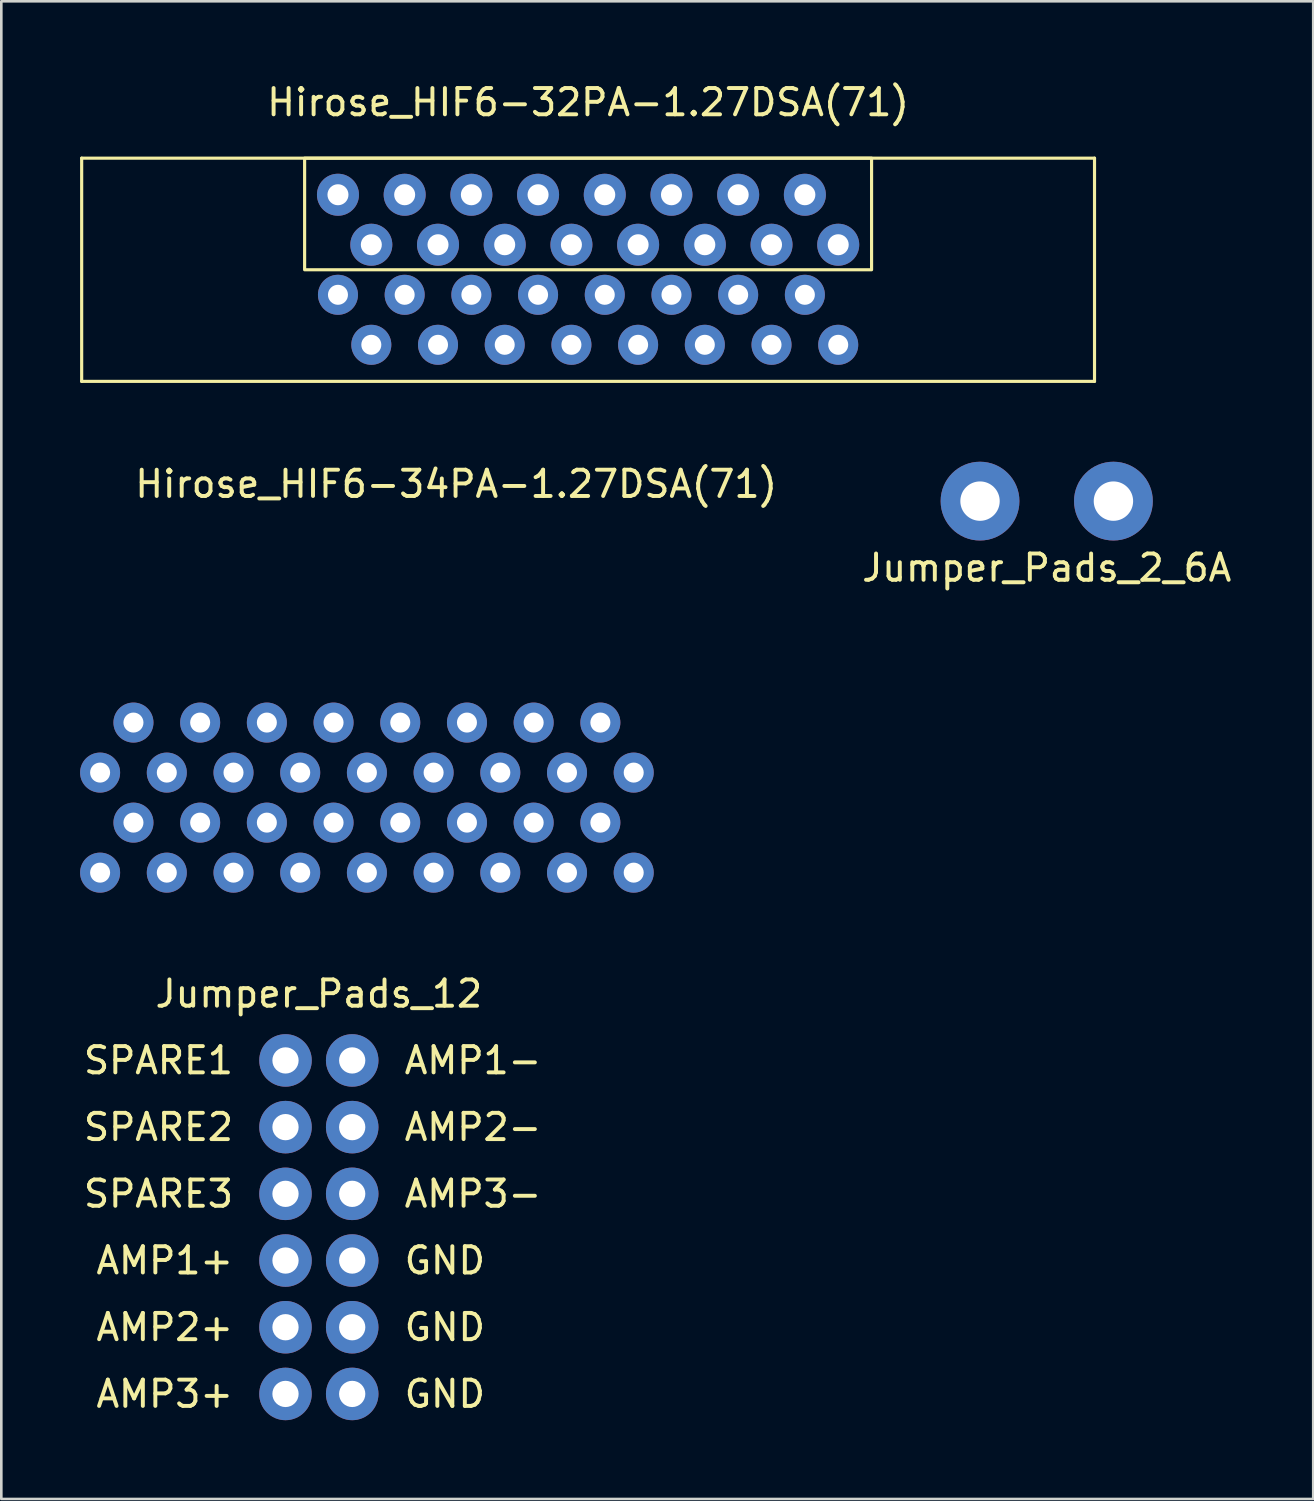
<source format=kicad_pcb>
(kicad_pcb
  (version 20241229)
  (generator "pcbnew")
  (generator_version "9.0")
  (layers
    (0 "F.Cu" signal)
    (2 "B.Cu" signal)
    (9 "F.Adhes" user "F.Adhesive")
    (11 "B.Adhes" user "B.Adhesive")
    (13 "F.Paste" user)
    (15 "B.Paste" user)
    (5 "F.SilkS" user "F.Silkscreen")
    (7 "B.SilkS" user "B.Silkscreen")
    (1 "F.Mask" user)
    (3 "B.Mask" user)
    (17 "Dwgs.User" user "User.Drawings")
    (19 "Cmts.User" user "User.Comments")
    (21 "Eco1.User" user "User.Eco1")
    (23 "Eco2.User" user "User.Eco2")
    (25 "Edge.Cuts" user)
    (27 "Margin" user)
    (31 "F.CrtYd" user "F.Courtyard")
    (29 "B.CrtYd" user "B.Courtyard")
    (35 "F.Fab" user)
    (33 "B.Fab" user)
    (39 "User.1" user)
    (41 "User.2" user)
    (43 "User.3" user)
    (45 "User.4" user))
  (footprint "Jumper_Pads_2_6A"
    (layer "F.Cu")
    (at 34.27 16.033)
    (property "Reference" "Jumper_Pads_2_6A" (at 2.54 2.54 0) (layer "F.SilkS") (effects (font (size 1 1) (thickness 0.15))))
    (attr through_hole)
    (pad "1" thru_hole circle (at 0 0) (size 3 3) (drill 1.5) (layers "*.Cu" "*.Mask"))
    (pad "2" thru_hole circle (at 5.08 0) (size 3 3) (drill 1.5) (layers "*.Cu" "*.Mask")))
  (footprint "Hirose_HIF6-32PA-1.27DSA(71)"
    (layer "F.Cu")
    (at 19.345 7.223)
    (property "Reference" "Hirose_HIF6-32PA-1.27DSA(71)" (at 0 -6.375 0) (unlocked yes) (layer "F.SilkS") (effects (font (size 1 1) (thickness 0.15))))
    (attr through_hole)
    (fp_line (start -19.285 -4.25) (end 19.285 -4.25) (stroke (width 0.12) (type solid)) (layer "F.SilkS"))
    (fp_line (start -19.285 4.25) (end -19.285 -4.25) (stroke (width 0.12) (type solid)) (layer "F.SilkS"))
    (fp_line (start 19.285 -4.25) (end 19.285 4.25) (stroke (width 0.12) (type solid)) (layer "F.SilkS"))
    (fp_line (start 19.285 4.25) (end -19.285 4.25) (stroke (width 0.12) (type solid)) (layer "F.SilkS"))
    (fp_rect (start -10.795 0) (end 10.795 -4.25) (stroke (width 0.12) (type solid)) (fill no) (layer "F.SilkS"))
    (pad "1" thru_hole circle (at 9.525 -0.953) (size 1.6 1.6) (drill 0.8) (layers "*.Cu" "*.Mask"))
    (pad "2" thru_hole circle (at 8.255 -2.857) (size 1.6 1.6) (drill 0.8) (layers "*.Cu" "*.Mask"))
    (pad "3" thru_hole circle (at 6.985 -0.953) (size 1.6 1.6) (drill 0.8) (layers "*.Cu" "*.Mask"))
    (pad "4" thru_hole circle (at 5.715 -2.857) (size 1.6 1.6) (drill 0.8) (layers "*.Cu" "*.Mask"))
    (pad "5" thru_hole circle (at 4.445 -0.953) (size 1.6 1.6) (drill 0.8) (layers "*.Cu" "*.Mask"))
    (pad "6" thru_hole circle (at 3.175 -2.857) (size 1.6 1.6) (drill 0.8) (layers "*.Cu" "*.Mask"))
    (pad "7" thru_hole circle (at 1.905 -0.953) (size 1.6 1.6) (drill 0.8) (layers "*.Cu" "*.Mask"))
    (pad "8" thru_hole circle (at 0.635 -2.857) (size 1.6 1.6) (drill 0.8) (layers "*.Cu" "*.Mask"))
    (pad "9" thru_hole circle (at -0.635 -0.953) (size 1.6 1.6) (drill 0.8) (layers "*.Cu" "*.Mask"))
    (pad "10" thru_hole circle (at -1.905 -2.857) (size 1.6 1.6) (drill 0.8) (layers "*.Cu" "*.Mask"))
    (pad "11" thru_hole circle (at -3.175 -0.953) (size 1.6 1.6) (drill 0.8) (layers "*.Cu" "*.Mask"))
    (pad "12" thru_hole circle (at -4.445 -2.857) (size 1.6 1.6) (drill 0.8) (layers "*.Cu" "*.Mask"))
    (pad "13" thru_hole circle (at -5.715 -0.953) (size 1.6 1.6) (drill 0.8) (layers "*.Cu" "*.Mask"))
    (pad "14" thru_hole circle (at -6.985 -2.857) (size 1.6 1.6) (drill 0.8) (layers "*.Cu" "*.Mask"))
    (pad "15" thru_hole circle (at -8.255 -0.953) (size 1.6 1.6) (drill 0.8) (layers "*.Cu" "*.Mask"))
    (pad "16" thru_hole circle (at -9.525 -2.857) (size 1.6 1.6) (drill 0.8) (layers "*.Cu" "*.Mask"))
    (pad "17" thru_hole circle (at 9.525 2.857) (size 1.524 1.524) (drill 0.762) (layers "*.Cu" "*.Mask"))
    (pad "18" thru_hole circle (at 8.255 0.953) (size 1.524 1.524) (drill 0.762) (layers "*.Cu" "*.Mask"))
    (pad "19" thru_hole circle (at 6.985 2.857) (size 1.524 1.524) (drill 0.762) (layers "*.Cu" "*.Mask"))
    (pad "20" thru_hole circle (at 5.715 0.953) (size 1.524 1.524) (drill 0.762) (layers "*.Cu" "*.Mask"))
    (pad "21" thru_hole circle (at 4.445 2.857) (size 1.524 1.524) (drill 0.762) (layers "*.Cu" "*.Mask"))
    (pad "22" thru_hole circle (at 3.175 0.953) (size 1.524 1.524) (drill 0.762) (layers "*.Cu" "*.Mask"))
    (pad "23" thru_hole circle (at 1.905 2.857) (size 1.524 1.524) (drill 0.762) (layers "*.Cu" "*.Mask"))
    (pad "24" thru_hole circle (at 0.635 0.953) (size 1.524 1.524) (drill 0.762) (layers "*.Cu" "*.Mask"))
    (pad "25" thru_hole circle (at -0.635 2.857) (size 1.524 1.524) (drill 0.762) (layers "*.Cu" "*.Mask"))
    (pad "26" thru_hole circle (at -1.905 0.953) (size 1.524 1.524) (drill 0.762) (layers "*.Cu" "*.Mask"))
    (pad "27" thru_hole circle (at -3.175 2.857) (size 1.524 1.524) (drill 0.762) (layers "*.Cu" "*.Mask"))
    (pad "28" thru_hole circle (at -4.445 0.953) (size 1.524 1.524) (drill 0.762) (layers "*.Cu" "*.Mask"))
    (pad "29" thru_hole circle (at -5.715 2.857) (size 1.524 1.524) (drill 0.762) (layers "*.Cu" "*.Mask"))
    (pad "30" thru_hole circle (at -6.985 0.953) (size 1.524 1.524) (drill 0.762) (layers "*.Cu" "*.Mask"))
    (pad "31" thru_hole circle (at -8.255 2.857) (size 1.524 1.524) (drill 0.762) (layers "*.Cu" "*.Mask"))
    (pad "32" thru_hole circle (at -9.525 0.953) (size 1.524 1.524) (drill 0.762) (layers "*.Cu" "*.Mask")))
  (footprint "Jumper_Pads_12"
    (layer "F.Cu")
    (at 7.822 37.332)
    (property "Reference" "Jumper_Pads_12" (at 1.27 -2.54 0) (layer "F.SilkS") (effects (font (size 1 1) (thickness 0.15))))
    (attr through_hole)
    (fp_text user "AMP2+" (at -1.905 10.16 0) (layer "F.SilkS") (effects (font (size 1 1) (thickness 0.15)) (justify right)))
    (fp_text user "GND" (at 4.445 7.62 0) (layer "F.SilkS") (effects (font (size 1 1) (thickness 0.15)) (justify left)))
    (fp_text user "SPARE3" (at -1.905 5.08 0) (layer "F.SilkS") (effects (font (size 1 1) (thickness 0.15)) (justify right)))
    (fp_text user "SPARE2" (at -1.905 2.54 0) (layer "F.SilkS") (effects (font (size 1 1) (thickness 0.15)) (justify right)))
    (fp_text user "GND" (at 4.445 10.16 0) (layer "F.SilkS") (effects (font (size 1 1) (thickness 0.15)) (justify left)))
    (fp_text user "AMP3-" (at 4.445 5.08 0) (layer "F.SilkS") (effects (font (size 1 1) (thickness 0.15)) (justify left)))
    (fp_text user "SPARE1" (at -1.905 0 0) (layer "F.SilkS") (effects (font (size 1 1) (thickness 0.15)) (justify right)))
    (fp_text user "AMP3+" (at -1.905 12.7 0) (layer "F.SilkS") (effects (font (size 1 1) (thickness 0.15)) (justify right)))
    (fp_text user "GND" (at 4.445 12.7 0) (layer "F.SilkS") (effects (font (size 1 1) (thickness 0.15)) (justify left)))
    (fp_text user "AMP2-" (at 4.445 2.54 0) (layer "F.SilkS") (effects (font (size 1 1) (thickness 0.15)) (justify left)))
    (fp_text user "AMP1+" (at -1.905 7.62 0) (layer "F.SilkS") (effects (font (size 1 1) (thickness 0.15)) (justify right)))
    (fp_text user "AMP1-" (at 4.445 0 0) (layer "F.SilkS") (effects (font (size 1 1) (thickness 0.15)) (justify left)))
    (pad "1" thru_hole circle (at 0 0) (size 2 2) (drill 1) (layers "*.Cu" "*.Mask"))
    (pad "2" thru_hole circle (at 0 2.54) (size 2 2) (drill 1) (layers "*.Cu" "*.Mask"))
    (pad "3" thru_hole circle (at 0 5.08) (size 2 2) (drill 1) (layers "*.Cu" "*.Mask"))
    (pad "4" thru_hole circle (at 0 7.62) (size 2 2) (drill 1) (layers "*.Cu" "*.Mask"))
    (pad "5" thru_hole circle (at 0 10.16) (size 2 2) (drill 1) (layers "*.Cu" "*.Mask"))
    (pad "6" thru_hole circle (at 0 12.7) (size 2 2) (drill 1) (layers "*.Cu" "*.Mask"))
    (pad "7" thru_hole circle (at 2.54 0) (size 2 2) (drill 1) (layers "*.Cu" "*.Mask"))
    (pad "8" thru_hole circle (at 2.54 2.54) (size 2 2) (drill 1) (layers "*.Cu" "*.Mask"))
    (pad "9" thru_hole circle (at 2.54 5.08) (size 2 2) (drill 1) (layers "*.Cu" "*.Mask"))
    (pad "10" thru_hole circle (at 2.54 7.62) (size 2 2) (drill 1) (layers "*.Cu" "*.Mask"))
    (pad "11" thru_hole circle (at 2.54 10.16) (size 2 2) (drill 1) (layers "*.Cu" "*.Mask"))
    (pad "12" thru_hole circle (at 2.54 12.7) (size 2 2) (drill 1) (layers "*.Cu" "*.Mask")))
  (footprint "Hirose_HIF6-34PA-1.27DSA(71)"
    (layer "F.Cu")
    (at 0.762 30.181)
    (property "Reference" "Hirose_HIF6-34PA-1.27DSA(71)" (at 13.56 -14.8 0) (unlocked yes) (layer "F.SilkS") (effects (font (size 1 1) (thickness 0.15))))
    (attr through_hole)
    (pad "1" thru_hole circle (at 0 0) (size 1.524 1.524) (drill 0.762) (layers "*.Cu" "*.Mask"))
    (pad "2" thru_hole circle (at 1.27 -1.905) (size 1.524 1.524) (drill 0.762) (layers "*.Cu" "*.Mask"))
    (pad "3" thru_hole circle (at 2.54 0) (size 1.524 1.524) (drill 0.762) (layers "*.Cu" "*.Mask"))
    (pad "4" thru_hole circle (at 3.81 -1.905) (size 1.524 1.524) (drill 0.762) (layers "*.Cu" "*.Mask"))
    (pad "5" thru_hole circle (at 5.08 0) (size 1.524 1.524) (drill 0.762) (layers "*.Cu" "*.Mask"))
    (pad "6" thru_hole circle (at 6.35 -1.905) (size 1.524 1.524) (drill 0.762) (layers "*.Cu" "*.Mask"))
    (pad "7" thru_hole circle (at 7.62 0) (size 1.524 1.524) (drill 0.762) (layers "*.Cu" "*.Mask"))
    (pad "8" thru_hole circle (at 8.89 -1.905) (size 1.524 1.524) (drill 0.762) (layers "*.Cu" "*.Mask"))
    (pad "9" thru_hole circle (at 10.16 0) (size 1.524 1.524) (drill 0.762) (layers "*.Cu" "*.Mask"))
    (pad "10" thru_hole circle (at 11.43 -1.905) (size 1.524 1.524) (drill 0.762) (layers "*.Cu" "*.Mask"))
    (pad "11" thru_hole circle (at 12.7 0) (size 1.524 1.524) (drill 0.762) (layers "*.Cu" "*.Mask"))
    (pad "12" thru_hole circle (at 13.97 -1.905) (size 1.524 1.524) (drill 0.762) (layers "*.Cu" "*.Mask"))
    (pad "13" thru_hole circle (at 15.24 0) (size 1.524 1.524) (drill 0.762) (layers "*.Cu" "*.Mask"))
    (pad "14" thru_hole circle (at 16.51 -1.905) (size 1.524 1.524) (drill 0.762) (layers "*.Cu" "*.Mask"))
    (pad "15" thru_hole circle (at 17.78 0) (size 1.524 1.524) (drill 0.762) (layers "*.Cu" "*.Mask"))
    (pad "16" thru_hole circle (at 19.05 -1.905) (size 1.524 1.524) (drill 0.762) (layers "*.Cu" "*.Mask"))
    (pad "17" thru_hole circle (at 20.32 0) (size 1.524 1.524) (drill 0.762) (layers "*.Cu" "*.Mask"))
    (pad "18" thru_hole circle (at 0 -3.81) (size 1.524 1.524) (drill 0.762) (layers "*.Cu" "*.Mask"))
    (pad "19" thru_hole circle (at 1.27 -5.715) (size 1.524 1.524) (drill 0.762) (layers "*.Cu" "*.Mask"))
    (pad "20" thru_hole circle (at 2.54 -3.81) (size 1.524 1.524) (drill 0.762) (layers "*.Cu" "*.Mask"))
    (pad "21" thru_hole circle (at 3.81 -5.715) (size 1.524 1.524) (drill 0.762) (layers "*.Cu" "*.Mask"))
    (pad "22" thru_hole circle (at 5.08 -3.81) (size 1.524 1.524) (drill 0.762) (layers "*.Cu" "*.Mask"))
    (pad "23" thru_hole circle (at 6.35 -5.715) (size 1.524 1.524) (drill 0.762) (layers "*.Cu" "*.Mask"))
    (pad "24" thru_hole circle (at 7.62 -3.81) (size 1.524 1.524) (drill 0.762) (layers "*.Cu" "*.Mask"))
    (pad "25" thru_hole circle (at 8.89 -5.715) (size 1.524 1.524) (drill 0.762) (layers "*.Cu" "*.Mask"))
    (pad "26" thru_hole circle (at 10.16 -3.81) (size 1.524 1.524) (drill 0.762) (layers "*.Cu" "*.Mask"))
    (pad "27" thru_hole circle (at 11.43 -5.715) (size 1.524 1.524) (drill 0.762) (layers "*.Cu" "*.Mask"))
    (pad "28" thru_hole circle (at 12.7 -3.81) (size 1.524 1.524) (drill 0.762) (layers "*.Cu" "*.Mask"))
    (pad "29" thru_hole circle (at 13.97 -5.715) (size 1.524 1.524) (drill 0.762) (layers "*.Cu" "*.Mask"))
    (pad "30" thru_hole circle (at 15.24 -3.81) (size 1.524 1.524) (drill 0.762) (layers "*.Cu" "*.Mask"))
    (pad "31" thru_hole circle (at 16.51 -5.715) (size 1.524 1.524) (drill 0.762) (layers "*.Cu" "*.Mask"))
    (pad "32" thru_hole circle (at 17.78 -3.81) (size 1.524 1.524) (drill 0.762) (layers "*.Cu" "*.Mask"))
    (pad "33" thru_hole circle (at 19.05 -5.715) (size 1.524 1.524) (drill 0.762) (layers "*.Cu" "*.Mask"))
    (pad "34" thru_hole circle (at 20.32 -3.81) (size 1.524 1.524) (drill 0.762) (layers "*.Cu" "*.Mask")))
  (gr_rect
    (start -3 -3)
    (end 46.959 54.032)
    (stroke (width 0.1) (type default))
    (fill no)
    (layer "Edge.Cuts")))
</source>
